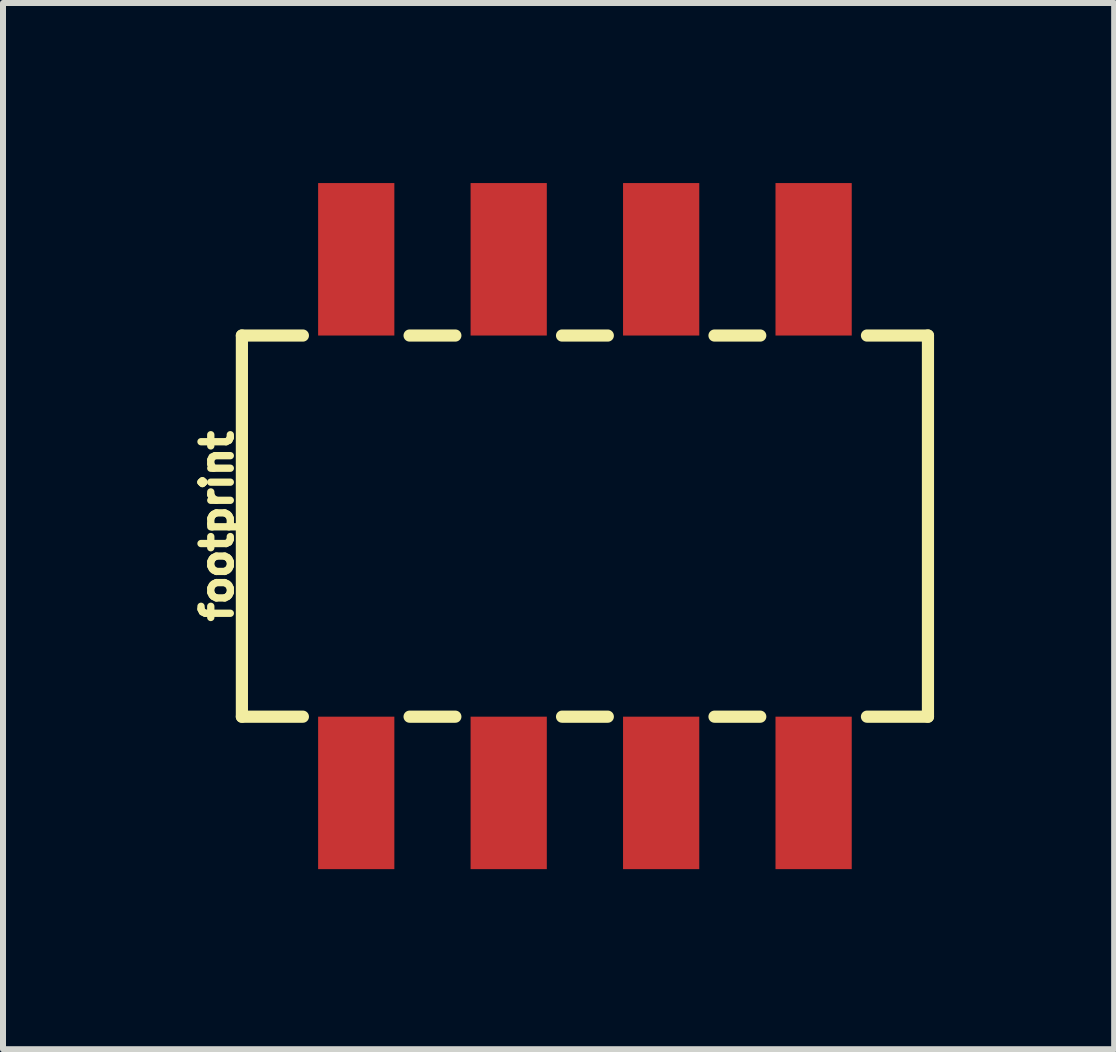
<source format=kicad_pcb>
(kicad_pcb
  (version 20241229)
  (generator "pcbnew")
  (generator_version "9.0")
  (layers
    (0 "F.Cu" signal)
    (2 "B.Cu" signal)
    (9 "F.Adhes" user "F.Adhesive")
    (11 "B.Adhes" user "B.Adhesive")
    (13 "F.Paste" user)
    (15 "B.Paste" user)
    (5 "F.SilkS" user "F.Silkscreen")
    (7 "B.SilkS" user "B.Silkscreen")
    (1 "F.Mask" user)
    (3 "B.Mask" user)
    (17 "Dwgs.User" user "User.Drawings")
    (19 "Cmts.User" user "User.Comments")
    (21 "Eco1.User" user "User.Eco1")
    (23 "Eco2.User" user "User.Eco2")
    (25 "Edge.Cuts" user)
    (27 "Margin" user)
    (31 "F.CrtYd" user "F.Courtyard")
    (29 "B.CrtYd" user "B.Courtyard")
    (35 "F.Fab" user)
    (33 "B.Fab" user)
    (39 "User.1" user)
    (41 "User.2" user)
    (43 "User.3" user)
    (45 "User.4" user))
  (footprint "footprint"
    (layer "F.Cu")
    (at 6.695 5.715)
    (property "Reference" "footprint" (at -5.842 0 90) (layer "F.SilkS") (effects (font (size 0.488 0.488) (thickness 0.122)) (justify bottom)))
    (fp_line (start -5.715 -3.175) (end -4.699 -3.175) (stroke (width 0.203) (type solid)) (layer "F.SilkS"))
    (fp_line (start -5.715 3.175) (end -5.715 -3.175) (stroke (width 0.203) (type solid)) (layer "F.SilkS"))
    (fp_line (start -4.699 3.175) (end -5.715 3.175) (stroke (width 0.203) (type solid)) (layer "F.SilkS"))
    (fp_line (start -2.921 -3.175) (end -2.159 -3.175) (stroke (width 0.203) (type solid)) (layer "F.SilkS"))
    (fp_line (start -2.159 3.175) (end -2.921 3.175) (stroke (width 0.203) (type solid)) (layer "F.SilkS"))
    (fp_line (start -0.381 -3.175) (end 0.381 -3.175) (stroke (width 0.203) (type solid)) (layer "F.SilkS"))
    (fp_line (start 0.381 3.175) (end -0.381 3.175) (stroke (width 0.203) (type solid)) (layer "F.SilkS"))
    (fp_line (start 2.159 -3.175) (end 2.921 -3.175) (stroke (width 0.203) (type solid)) (layer "F.SilkS"))
    (fp_line (start 2.921 3.175) (end 2.159 3.175) (stroke (width 0.203) (type solid)) (layer "F.SilkS"))
    (fp_line (start 4.699 -3.175) (end 5.715 -3.175) (stroke (width 0.203) (type solid)) (layer "F.SilkS"))
    (fp_line (start 5.715 -3.175) (end 5.715 3.175) (stroke (width 0.203) (type solid)) (layer "F.SilkS"))
    (fp_line (start 5.715 3.175) (end 4.699 3.175) (stroke (width 0.203) (type solid)) (layer "F.SilkS"))
    (pad "1" smd rect (at -3.81 -4.445 90) (size 2.54 1.27) (layers "F.Cu" "F.Mask" "F.Paste"))
    (pad "2" smd rect (at -1.27 -4.445 90) (size 2.54 1.27) (layers "F.Cu" "F.Mask" "F.Paste"))
    (pad "3" smd rect (at 1.27 -4.445 90) (size 2.54 1.27) (layers "F.Cu" "F.Mask" "F.Paste"))
    (pad "4" smd rect (at 3.81 -4.445 90) (size 2.54 1.27) (layers "F.Cu" "F.Mask" "F.Paste"))
    (pad "5" smd rect (at 3.81 4.445 90) (size 2.54 1.27) (layers "F.Cu" "F.Mask" "F.Paste"))
    (pad "6" smd rect (at 1.27 4.445 90) (size 2.54 1.27) (layers "F.Cu" "F.Mask" "F.Paste"))
    (pad "7" smd rect (at -1.27 4.445 90) (size 2.54 1.27) (layers "F.Cu" "F.Mask" "F.Paste"))
    (pad "8" smd rect (at -3.81 4.445 90) (size 2.54 1.27) (layers "F.Cu" "F.Mask" "F.Paste")))
  (gr_rect
    (start -3 -3)
    (end 15.512 14.43)
    (stroke (width 0.1) (type default))
    (fill no)
    (layer "Edge.Cuts")))
</source>
